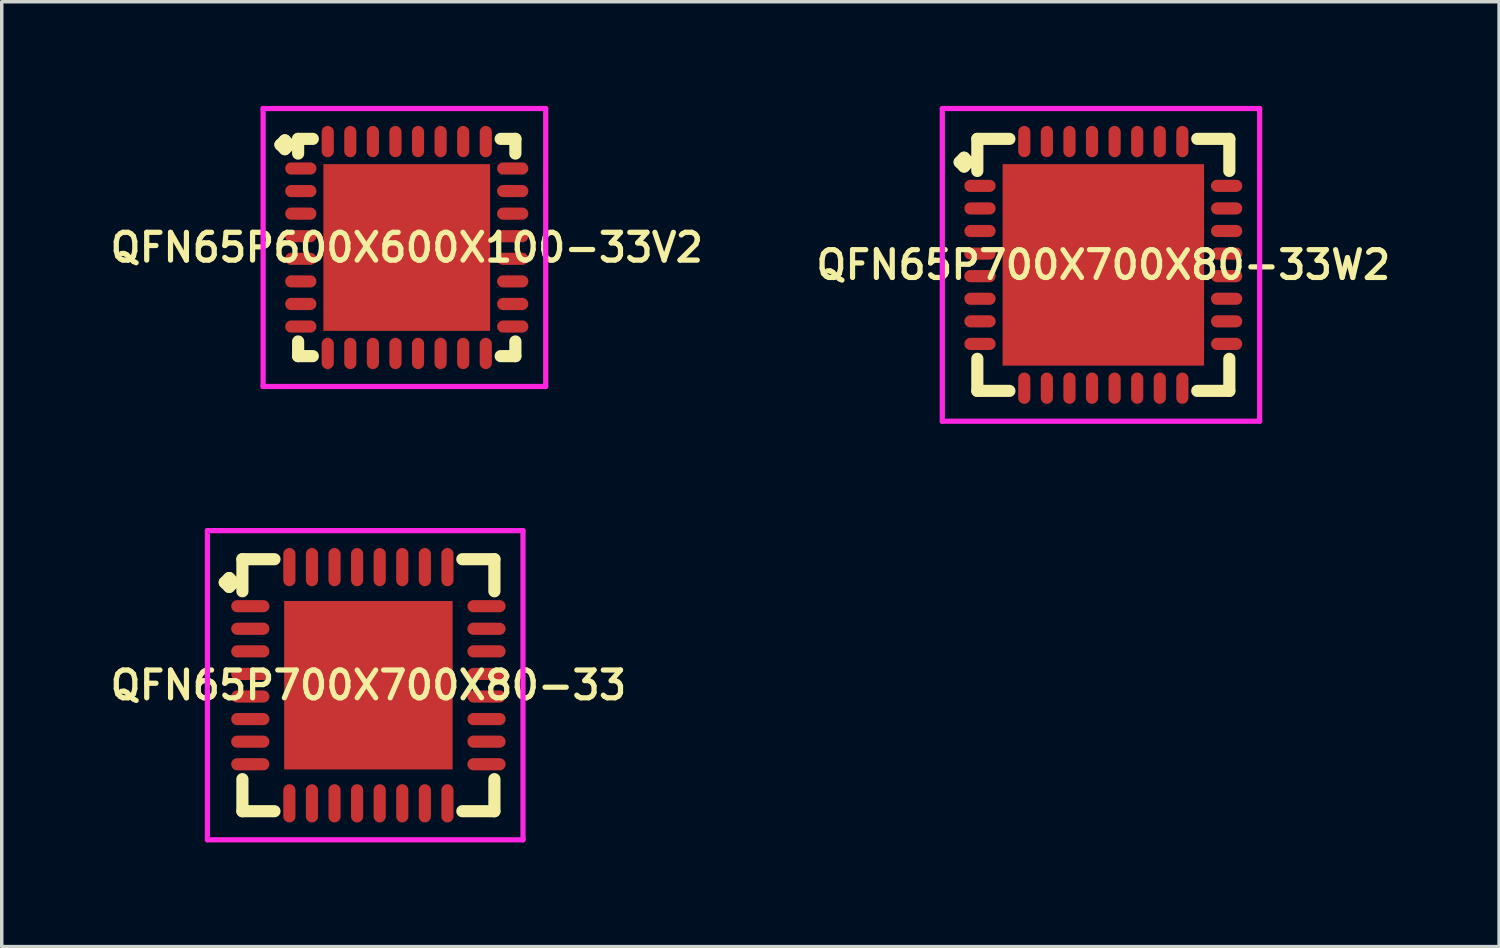
<source format=kicad_pcb>
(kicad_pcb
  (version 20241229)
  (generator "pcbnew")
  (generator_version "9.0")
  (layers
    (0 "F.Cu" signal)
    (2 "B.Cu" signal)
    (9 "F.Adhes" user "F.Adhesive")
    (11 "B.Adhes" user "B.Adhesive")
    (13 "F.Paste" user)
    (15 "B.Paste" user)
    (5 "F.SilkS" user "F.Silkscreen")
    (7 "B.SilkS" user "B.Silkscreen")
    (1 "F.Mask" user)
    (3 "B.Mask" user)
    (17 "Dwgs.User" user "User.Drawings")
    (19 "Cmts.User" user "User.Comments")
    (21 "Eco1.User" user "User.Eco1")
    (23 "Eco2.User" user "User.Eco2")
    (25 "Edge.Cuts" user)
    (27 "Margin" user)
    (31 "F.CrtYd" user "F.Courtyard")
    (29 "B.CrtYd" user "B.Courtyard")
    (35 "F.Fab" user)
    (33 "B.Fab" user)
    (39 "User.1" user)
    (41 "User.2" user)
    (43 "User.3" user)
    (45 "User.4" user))
  (footprint "QFN65P700X700X80-33W2"
    (layer "F.Cu")
    (at 28.711 4.575)
    (property "Reference" "QFN65P700X700X80-33W2" (at 0 0 0) (layer "F.SilkS") (effects (font (size 0.8 0.8) (thickness 0.15))))
    (attr smd)
    (fp_line (start -4.135 -2.958) (end -4.008 -3.085) (stroke (width 0.35) (type solid)) (layer "F.SilkS"))
    (fp_line (start -4.008 -3.085) (end -3.881 -2.958) (stroke (width 0.35) (type solid)) (layer "F.SilkS"))
    (fp_line (start -4.008 -2.831) (end -4.135 -2.958) (stroke (width 0.35) (type solid)) (layer "F.SilkS"))
    (fp_line (start -3.881 -2.958) (end -4.008 -2.831) (stroke (width 0.35) (type solid)) (layer "F.SilkS"))
    (fp_line (start -3.627 -3.627) (end -2.704 -3.627) (stroke (width 0.35) (type solid)) (layer "F.SilkS"))
    (fp_line (start -3.627 -2.704) (end -3.627 -3.627) (stroke (width 0.35) (type solid)) (layer "F.SilkS"))
    (fp_line (start -3.627 2.704) (end -3.627 3.627) (stroke (width 0.35) (type solid)) (layer "F.SilkS"))
    (fp_line (start -3.627 3.627) (end -2.704 3.627) (stroke (width 0.35) (type solid)) (layer "F.SilkS"))
    (fp_line (start 2.704 -3.627) (end 3.627 -3.627) (stroke (width 0.35) (type solid)) (layer "F.SilkS"))
    (fp_line (start 2.704 3.627) (end 3.627 3.627) (stroke (width 0.35) (type solid)) (layer "F.SilkS"))
    (fp_line (start 3.627 -3.627) (end 3.627 -2.704) (stroke (width 0.35) (type solid)) (layer "F.SilkS"))
    (fp_line (start 3.627 3.627) (end 3.627 2.704) (stroke (width 0.35) (type solid)) (layer "F.SilkS"))
    (fp_line (start -4.635 -4.5) (end 4.5 -4.5) (stroke (width 0.15) (type solid)) (layer "F.CrtYd"))
    (fp_line (start -4.635 4.5) (end -4.635 -4.5) (stroke (width 0.15) (type solid)) (layer "F.CrtYd"))
    (fp_line (start 4.5 -4.5) (end 4.5 4.5) (stroke (width 0.15) (type solid)) (layer "F.CrtYd"))
    (fp_line (start 4.5 4.5) (end -4.635 4.5) (stroke (width 0.15) (type solid)) (layer "F.CrtYd"))
    (pad "1" smd oval (at -3.55 -2.275) (size 0.9 0.35) (layers "F.Cu" "F.Mask" "F.Paste"))
    (pad "2" smd oval (at -3.55 -1.625) (size 0.9 0.35) (layers "F.Cu" "F.Mask" "F.Paste"))
    (pad "3" smd oval (at -3.55 -0.975) (size 0.9 0.35) (layers "F.Cu" "F.Mask" "F.Paste"))
    (pad "4" smd oval (at -3.55 -0.325) (size 0.9 0.35) (layers "F.Cu" "F.Mask" "F.Paste"))
    (pad "5" smd oval (at -3.55 0.325) (size 0.9 0.35) (layers "F.Cu" "F.Mask" "F.Paste"))
    (pad "6" smd oval (at -3.55 0.975) (size 0.9 0.35) (layers "F.Cu" "F.Mask" "F.Paste"))
    (pad "7" smd oval (at -3.55 1.625) (size 0.9 0.35) (layers "F.Cu" "F.Mask" "F.Paste"))
    (pad "8" smd oval (at -3.55 2.275) (size 0.9 0.35) (layers "F.Cu" "F.Mask" "F.Paste"))
    (pad "9" smd oval (at -2.275 3.55) (size 0.35 0.9) (layers "F.Cu" "F.Mask" "F.Paste"))
    (pad "10" smd oval (at -1.625 3.55) (size 0.35 0.9) (layers "F.Cu" "F.Mask" "F.Paste"))
    (pad "11" smd oval (at -0.975 3.55) (size 0.35 0.9) (layers "F.Cu" "F.Mask" "F.Paste"))
    (pad "12" smd oval (at -0.325 3.55) (size 0.35 0.9) (layers "F.Cu" "F.Mask" "F.Paste"))
    (pad "13" smd oval (at 0.325 3.55) (size 0.35 0.9) (layers "F.Cu" "F.Mask" "F.Paste"))
    (pad "14" smd oval (at 0.975 3.55) (size 0.35 0.9) (layers "F.Cu" "F.Mask" "F.Paste"))
    (pad "15" smd oval (at 1.625 3.55) (size 0.35 0.9) (layers "F.Cu" "F.Mask" "F.Paste"))
    (pad "16" smd oval (at 2.275 3.55) (size 0.35 0.9) (layers "F.Cu" "F.Mask" "F.Paste"))
    (pad "17" smd oval (at 3.55 2.275) (size 0.9 0.35) (layers "F.Cu" "F.Mask" "F.Paste"))
    (pad "18" smd oval (at 3.55 1.625) (size 0.9 0.35) (layers "F.Cu" "F.Mask" "F.Paste"))
    (pad "19" smd oval (at 3.55 0.975) (size 0.9 0.35) (layers "F.Cu" "F.Mask" "F.Paste"))
    (pad "20" smd oval (at 3.55 0.325) (size 0.9 0.35) (layers "F.Cu" "F.Mask" "F.Paste"))
    (pad "21" smd oval (at 3.55 -0.325) (size 0.9 0.35) (layers "F.Cu" "F.Mask" "F.Paste"))
    (pad "22" smd oval (at 3.55 -0.975) (size 0.9 0.35) (layers "F.Cu" "F.Mask" "F.Paste"))
    (pad "23" smd oval (at 3.55 -1.625) (size 0.9 0.35) (layers "F.Cu" "F.Mask" "F.Paste"))
    (pad "24" smd oval (at 3.55 -2.275) (size 0.9 0.35) (layers "F.Cu" "F.Mask" "F.Paste"))
    (pad "25" smd oval (at 2.275 -3.55) (size 0.35 0.9) (layers "F.Cu" "F.Mask" "F.Paste"))
    (pad "26" smd oval (at 1.625 -3.55) (size 0.35 0.9) (layers "F.Cu" "F.Mask" "F.Paste"))
    (pad "27" smd oval (at 0.975 -3.55) (size 0.35 0.9) (layers "F.Cu" "F.Mask" "F.Paste"))
    (pad "28" smd oval (at 0.325 -3.55) (size 0.35 0.9) (layers "F.Cu" "F.Mask" "F.Paste"))
    (pad "29" smd oval (at -0.325 -3.55) (size 0.35 0.9) (layers "F.Cu" "F.Mask" "F.Paste"))
    (pad "30" smd oval (at -0.975 -3.55) (size 0.35 0.9) (layers "F.Cu" "F.Mask" "F.Paste"))
    (pad "31" smd oval (at -1.625 -3.55) (size 0.35 0.9) (layers "F.Cu" "F.Mask" "F.Paste"))
    (pad "32" smd oval (at -2.275 -3.55) (size 0.35 0.9) (layers "F.Cu" "F.Mask" "F.Paste"))
    (pad "33" smd rect (at 0 0) (size 5.8 5.8) (layers "F.Cu" "F.Mask" "F.Paste")))
  (footprint "QFN65P600X600X100-33V2"
    (layer "F.Cu")
    (at 8.659 4.075)
    (property "Reference" "QFN65P600X600X100-33V2" (at 0 0 0) (layer "F.SilkS") (effects (font (size 0.8 0.8) (thickness 0.15))))
    (attr smd)
    (fp_line (start -3.635 -2.958) (end -3.508 -3.085) (stroke (width 0.35) (type solid)) (layer "F.SilkS"))
    (fp_line (start -3.508 -3.085) (end -3.381 -2.958) (stroke (width 0.35) (type solid)) (layer "F.SilkS"))
    (fp_line (start -3.508 -2.831) (end -3.635 -2.958) (stroke (width 0.35) (type solid)) (layer "F.SilkS"))
    (fp_line (start -3.381 -2.958) (end -3.508 -2.831) (stroke (width 0.35) (type solid)) (layer "F.SilkS"))
    (fp_line (start -3.127 -3.127) (end -2.704 -3.127) (stroke (width 0.35) (type solid)) (layer "F.SilkS"))
    (fp_line (start -3.127 -2.704) (end -3.127 -3.127) (stroke (width 0.35) (type solid)) (layer "F.SilkS"))
    (fp_line (start -3.127 2.704) (end -3.127 3.127) (stroke (width 0.35) (type solid)) (layer "F.SilkS"))
    (fp_line (start -3.127 3.127) (end -2.704 3.127) (stroke (width 0.35) (type solid)) (layer "F.SilkS"))
    (fp_line (start 2.704 -3.127) (end 3.127 -3.127) (stroke (width 0.35) (type solid)) (layer "F.SilkS"))
    (fp_line (start 2.704 3.127) (end 3.127 3.127) (stroke (width 0.35) (type solid)) (layer "F.SilkS"))
    (fp_line (start 3.127 -3.127) (end 3.127 -2.704) (stroke (width 0.35) (type solid)) (layer "F.SilkS"))
    (fp_line (start 3.127 3.127) (end 3.127 2.704) (stroke (width 0.35) (type solid)) (layer "F.SilkS"))
    (fp_line (start -4.135 -4) (end 4 -4) (stroke (width 0.15) (type solid)) (layer "F.CrtYd"))
    (fp_line (start -4.135 4) (end -4.135 -4) (stroke (width 0.15) (type solid)) (layer "F.CrtYd"))
    (fp_line (start 4 -4) (end 4 4) (stroke (width 0.15) (type solid)) (layer "F.CrtYd"))
    (fp_line (start 4 4) (end -4.135 4) (stroke (width 0.15) (type solid)) (layer "F.CrtYd"))
    (pad "1" smd oval (at -3.05 -2.275) (size 0.9 0.35) (layers "F.Cu" "F.Mask" "F.Paste"))
    (pad "2" smd oval (at -3.05 -1.625) (size 0.9 0.35) (layers "F.Cu" "F.Mask" "F.Paste"))
    (pad "3" smd oval (at -3.05 -0.975) (size 0.9 0.35) (layers "F.Cu" "F.Mask" "F.Paste"))
    (pad "4" smd oval (at -3.05 -0.325) (size 0.9 0.35) (layers "F.Cu" "F.Mask" "F.Paste"))
    (pad "5" smd oval (at -3.05 0.325) (size 0.9 0.35) (layers "F.Cu" "F.Mask" "F.Paste"))
    (pad "6" smd oval (at -3.05 0.975) (size 0.9 0.35) (layers "F.Cu" "F.Mask" "F.Paste"))
    (pad "7" smd oval (at -3.05 1.625) (size 0.9 0.35) (layers "F.Cu" "F.Mask" "F.Paste"))
    (pad "8" smd oval (at -3.05 2.275) (size 0.9 0.35) (layers "F.Cu" "F.Mask" "F.Paste"))
    (pad "9" smd oval (at -2.275 3.05) (size 0.35 0.9) (layers "F.Cu" "F.Mask" "F.Paste"))
    (pad "10" smd oval (at -1.625 3.05) (size 0.35 0.9) (layers "F.Cu" "F.Mask" "F.Paste"))
    (pad "11" smd oval (at -0.975 3.05) (size 0.35 0.9) (layers "F.Cu" "F.Mask" "F.Paste"))
    (pad "12" smd oval (at -0.325 3.05) (size 0.35 0.9) (layers "F.Cu" "F.Mask" "F.Paste"))
    (pad "13" smd oval (at 0.325 3.05) (size 0.35 0.9) (layers "F.Cu" "F.Mask" "F.Paste"))
    (pad "14" smd oval (at 0.975 3.05) (size 0.35 0.9) (layers "F.Cu" "F.Mask" "F.Paste"))
    (pad "15" smd oval (at 1.625 3.05) (size 0.35 0.9) (layers "F.Cu" "F.Mask" "F.Paste"))
    (pad "16" smd oval (at 2.275 3.05) (size 0.35 0.9) (layers "F.Cu" "F.Mask" "F.Paste"))
    (pad "17" smd oval (at 3.05 2.275) (size 0.9 0.35) (layers "F.Cu" "F.Mask" "F.Paste"))
    (pad "18" smd oval (at 3.05 1.625) (size 0.9 0.35) (layers "F.Cu" "F.Mask" "F.Paste"))
    (pad "19" smd oval (at 3.05 0.975) (size 0.9 0.35) (layers "F.Cu" "F.Mask" "F.Paste"))
    (pad "20" smd oval (at 3.05 0.325) (size 0.9 0.35) (layers "F.Cu" "F.Mask" "F.Paste"))
    (pad "21" smd oval (at 3.05 -0.325) (size 0.9 0.35) (layers "F.Cu" "F.Mask" "F.Paste"))
    (pad "22" smd oval (at 3.05 -0.975) (size 0.9 0.35) (layers "F.Cu" "F.Mask" "F.Paste"))
    (pad "23" smd oval (at 3.05 -1.625) (size 0.9 0.35) (layers "F.Cu" "F.Mask" "F.Paste"))
    (pad "24" smd oval (at 3.05 -2.275) (size 0.9 0.35) (layers "F.Cu" "F.Mask" "F.Paste"))
    (pad "25" smd oval (at 2.275 -3.05) (size 0.35 0.9) (layers "F.Cu" "F.Mask" "F.Paste"))
    (pad "26" smd oval (at 1.625 -3.05) (size 0.35 0.9) (layers "F.Cu" "F.Mask" "F.Paste"))
    (pad "27" smd oval (at 0.975 -3.05) (size 0.35 0.9) (layers "F.Cu" "F.Mask" "F.Paste"))
    (pad "28" smd oval (at 0.325 -3.05) (size 0.35 0.9) (layers "F.Cu" "F.Mask" "F.Paste"))
    (pad "29" smd oval (at -0.325 -3.05) (size 0.35 0.9) (layers "F.Cu" "F.Mask" "F.Paste"))
    (pad "30" smd oval (at -0.975 -3.05) (size 0.35 0.9) (layers "F.Cu" "F.Mask" "F.Paste"))
    (pad "31" smd oval (at -1.625 -3.05) (size 0.35 0.9) (layers "F.Cu" "F.Mask" "F.Paste"))
    (pad "32" smd oval (at -2.275 -3.05) (size 0.35 0.9) (layers "F.Cu" "F.Mask" "F.Paste"))
    (pad "33" smd rect (at 0 0) (size 4.8 4.8) (layers "F.Cu" "F.Mask" "F.Paste")))
  (footprint "QFN65P700X700X80-33"
    (layer "F.Cu")
    (at 7.555 16.675)
    (property "Reference" "QFN65P700X700X80-33" (at 0 0 0) (layer "F.SilkS") (effects (font (size 0.8 0.8) (thickness 0.15))))
    (attr smd)
    (fp_line (start -4.135 -2.958) (end -4.008 -3.085) (stroke (width 0.35) (type solid)) (layer "F.SilkS"))
    (fp_line (start -4.008 -3.085) (end -3.881 -2.958) (stroke (width 0.35) (type solid)) (layer "F.SilkS"))
    (fp_line (start -4.008 -2.831) (end -4.135 -2.958) (stroke (width 0.35) (type solid)) (layer "F.SilkS"))
    (fp_line (start -3.881 -2.958) (end -4.008 -2.831) (stroke (width 0.35) (type solid)) (layer "F.SilkS"))
    (fp_line (start -3.627 -3.627) (end -2.704 -3.627) (stroke (width 0.35) (type solid)) (layer "F.SilkS"))
    (fp_line (start -3.627 -2.704) (end -3.627 -3.627) (stroke (width 0.35) (type solid)) (layer "F.SilkS"))
    (fp_line (start -3.627 2.704) (end -3.627 3.627) (stroke (width 0.35) (type solid)) (layer "F.SilkS"))
    (fp_line (start -3.627 3.627) (end -2.704 3.627) (stroke (width 0.35) (type solid)) (layer "F.SilkS"))
    (fp_line (start 2.704 -3.627) (end 3.627 -3.627) (stroke (width 0.35) (type solid)) (layer "F.SilkS"))
    (fp_line (start 2.704 3.627) (end 3.627 3.627) (stroke (width 0.35) (type solid)) (layer "F.SilkS"))
    (fp_line (start 3.627 -3.627) (end 3.627 -2.704) (stroke (width 0.35) (type solid)) (layer "F.SilkS"))
    (fp_line (start 3.627 3.627) (end 3.627 2.704) (stroke (width 0.35) (type solid)) (layer "F.SilkS"))
    (fp_line (start -4.635 -4.45) (end 4.45 -4.45) (stroke (width 0.15) (type solid)) (layer "F.CrtYd"))
    (fp_line (start -4.635 4.45) (end -4.635 -4.45) (stroke (width 0.15) (type solid)) (layer "F.CrtYd"))
    (fp_line (start 4.45 -4.45) (end 4.45 4.45) (stroke (width 0.15) (type solid)) (layer "F.CrtYd"))
    (fp_line (start 4.45 4.45) (end -4.635 4.45) (stroke (width 0.15) (type solid)) (layer "F.CrtYd"))
    (pad "1" smd oval (at -3.4 -2.275) (size 1.1 0.35) (layers "F.Cu" "F.Mask" "F.Paste"))
    (pad "2" smd oval (at -3.4 -1.625) (size 1.1 0.35) (layers "F.Cu" "F.Mask" "F.Paste"))
    (pad "3" smd oval (at -3.4 -0.975) (size 1.1 0.35) (layers "F.Cu" "F.Mask" "F.Paste"))
    (pad "4" smd oval (at -3.4 -0.325) (size 1.1 0.35) (layers "F.Cu" "F.Mask" "F.Paste"))
    (pad "5" smd oval (at -3.4 0.325) (size 1.1 0.35) (layers "F.Cu" "F.Mask" "F.Paste"))
    (pad "6" smd oval (at -3.4 0.975) (size 1.1 0.35) (layers "F.Cu" "F.Mask" "F.Paste"))
    (pad "7" smd oval (at -3.4 1.625) (size 1.1 0.35) (layers "F.Cu" "F.Mask" "F.Paste"))
    (pad "8" smd oval (at -3.4 2.275) (size 1.1 0.35) (layers "F.Cu" "F.Mask" "F.Paste"))
    (pad "9" smd oval (at -2.275 3.4) (size 0.35 1.1) (layers "F.Cu" "F.Mask" "F.Paste"))
    (pad "10" smd oval (at -1.625 3.4) (size 0.35 1.1) (layers "F.Cu" "F.Mask" "F.Paste"))
    (pad "11" smd oval (at -0.975 3.4) (size 0.35 1.1) (layers "F.Cu" "F.Mask" "F.Paste"))
    (pad "12" smd oval (at -0.325 3.4) (size 0.35 1.1) (layers "F.Cu" "F.Mask" "F.Paste"))
    (pad "13" smd oval (at 0.325 3.4) (size 0.35 1.1) (layers "F.Cu" "F.Mask" "F.Paste"))
    (pad "14" smd oval (at 0.975 3.4) (size 0.35 1.1) (layers "F.Cu" "F.Mask" "F.Paste"))
    (pad "15" smd oval (at 1.625 3.4) (size 0.35 1.1) (layers "F.Cu" "F.Mask" "F.Paste"))
    (pad "16" smd oval (at 2.275 3.4) (size 0.35 1.1) (layers "F.Cu" "F.Mask" "F.Paste"))
    (pad "17" smd oval (at 3.4 2.275) (size 1.1 0.35) (layers "F.Cu" "F.Mask" "F.Paste"))
    (pad "18" smd oval (at 3.4 1.625) (size 1.1 0.35) (layers "F.Cu" "F.Mask" "F.Paste"))
    (pad "19" smd oval (at 3.4 0.975) (size 1.1 0.35) (layers "F.Cu" "F.Mask" "F.Paste"))
    (pad "20" smd oval (at 3.4 0.325) (size 1.1 0.35) (layers "F.Cu" "F.Mask" "F.Paste"))
    (pad "21" smd oval (at 3.4 -0.325) (size 1.1 0.35) (layers "F.Cu" "F.Mask" "F.Paste"))
    (pad "22" smd oval (at 3.4 -0.975) (size 1.1 0.35) (layers "F.Cu" "F.Mask" "F.Paste"))
    (pad "23" smd oval (at 3.4 -1.625) (size 1.1 0.35) (layers "F.Cu" "F.Mask" "F.Paste"))
    (pad "24" smd oval (at 3.4 -2.275) (size 1.1 0.35) (layers "F.Cu" "F.Mask" "F.Paste"))
    (pad "25" smd oval (at 2.275 -3.4) (size 0.35 1.1) (layers "F.Cu" "F.Mask" "F.Paste"))
    (pad "26" smd oval (at 1.625 -3.4) (size 0.35 1.1) (layers "F.Cu" "F.Mask" "F.Paste"))
    (pad "27" smd oval (at 0.975 -3.4) (size 0.35 1.1) (layers "F.Cu" "F.Mask" "F.Paste"))
    (pad "28" smd oval (at 0.325 -3.4) (size 0.35 1.1) (layers "F.Cu" "F.Mask" "F.Paste"))
    (pad "29" smd oval (at -0.325 -3.4) (size 0.35 1.1) (layers "F.Cu" "F.Mask" "F.Paste"))
    (pad "30" smd oval (at -0.975 -3.4) (size 0.35 1.1) (layers "F.Cu" "F.Mask" "F.Paste"))
    (pad "31" smd oval (at -1.625 -3.4) (size 0.35 1.1) (layers "F.Cu" "F.Mask" "F.Paste"))
    (pad "32" smd oval (at -2.275 -3.4) (size 0.35 1.1) (layers "F.Cu" "F.Mask" "F.Paste"))
    (pad "33" smd rect (at 0 0) (size 4.85 4.85) (layers "F.Cu" "F.Mask" "F.Paste")))
  (gr_rect
    (start -3 -3)
    (end 40.104 24.2)
    (stroke (width 0.1) (type default))
    (fill no)
    (layer "Edge.Cuts")))
</source>
